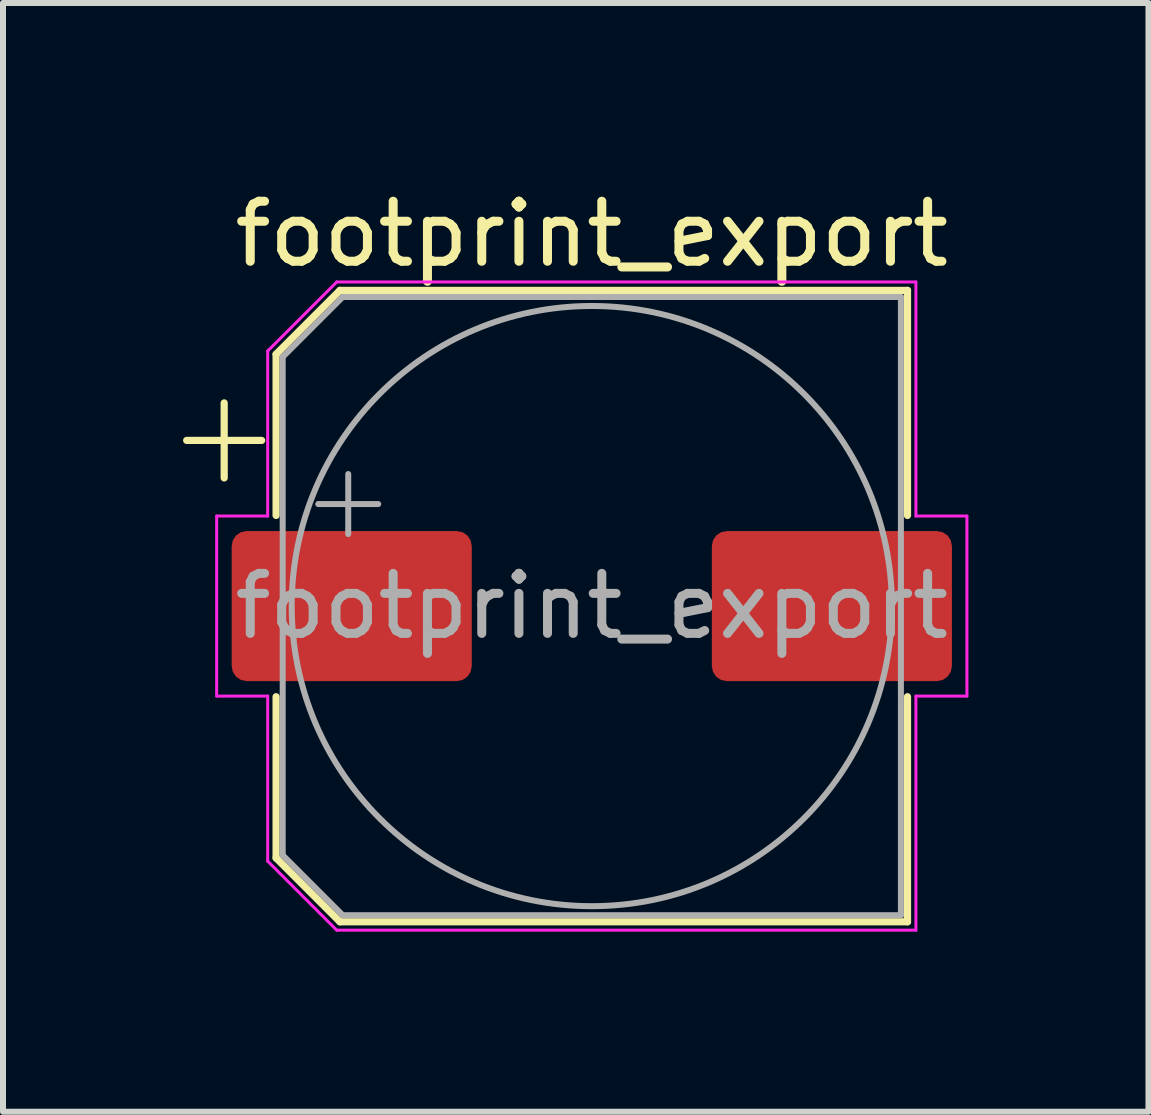
<source format=kicad_pcb>
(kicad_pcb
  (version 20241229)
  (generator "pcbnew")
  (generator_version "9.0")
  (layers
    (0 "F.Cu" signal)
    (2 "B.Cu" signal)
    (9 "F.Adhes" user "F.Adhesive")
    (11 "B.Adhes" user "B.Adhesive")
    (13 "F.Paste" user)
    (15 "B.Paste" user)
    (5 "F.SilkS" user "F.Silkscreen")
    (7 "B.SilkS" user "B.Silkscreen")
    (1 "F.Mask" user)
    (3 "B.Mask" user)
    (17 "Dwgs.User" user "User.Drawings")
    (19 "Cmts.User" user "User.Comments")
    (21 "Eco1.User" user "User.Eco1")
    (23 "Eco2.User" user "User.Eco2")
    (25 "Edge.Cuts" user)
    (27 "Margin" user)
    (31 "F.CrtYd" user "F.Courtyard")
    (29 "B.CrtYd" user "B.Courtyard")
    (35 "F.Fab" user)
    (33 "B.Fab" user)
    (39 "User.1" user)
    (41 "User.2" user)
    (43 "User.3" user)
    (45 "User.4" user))
  (footprint "footprint_export"
    (layer "F.Cu")
    (at 6.81 7.048)
    (property "Reference" "footprint_export" (at 0 -6.2 0) (layer "F.SilkS") (effects (font (size 1 1) (thickness 0.15))))
    (attr smd)
    (fp_line (start -6.75 -2.76) (end -5.5 -2.76) (stroke (width 0.12) (type solid)) (layer "F.SilkS"))
    (fp_line (start -6.125 -3.385) (end -6.125 -2.135) (stroke (width 0.12) (type solid)) (layer "F.SilkS"))
    (fp_line (start -5.26 -4.196) (end -5.26 -1.51) (stroke (width 0.12) (type solid)) (layer "F.SilkS"))
    (fp_line (start -5.26 -4.196) (end -4.196 -5.26) (stroke (width 0.12) (type solid)) (layer "F.SilkS"))
    (fp_line (start -5.26 4.196) (end -5.26 1.51) (stroke (width 0.12) (type solid)) (layer "F.SilkS"))
    (fp_line (start -5.26 4.196) (end -4.196 5.26) (stroke (width 0.12) (type solid)) (layer "F.SilkS"))
    (fp_line (start -4.196 -5.26) (end 5.26 -5.26) (stroke (width 0.12) (type solid)) (layer "F.SilkS"))
    (fp_line (start -4.196 5.26) (end 5.26 5.26) (stroke (width 0.12) (type solid)) (layer "F.SilkS"))
    (fp_line (start 5.26 -5.26) (end 5.26 -1.51) (stroke (width 0.12) (type solid)) (layer "F.SilkS"))
    (fp_line (start 5.26 5.26) (end 5.26 1.51) (stroke (width 0.12) (type solid)) (layer "F.SilkS"))
    (fp_line (start -6.25 -1.5) (end -6.25 1.5) (stroke (width 0.05) (type solid)) (layer "F.CrtYd"))
    (fp_line (start -6.25 1.5) (end -5.4 1.5) (stroke (width 0.05) (type solid)) (layer "F.CrtYd"))
    (fp_line (start -5.4 -4.25) (end -5.4 -1.5) (stroke (width 0.05) (type solid)) (layer "F.CrtYd"))
    (fp_line (start -5.4 -4.25) (end -4.25 -5.4) (stroke (width 0.05) (type solid)) (layer "F.CrtYd"))
    (fp_line (start -5.4 -1.5) (end -6.25 -1.5) (stroke (width 0.05) (type solid)) (layer "F.CrtYd"))
    (fp_line (start -5.4 1.5) (end -5.4 4.25) (stroke (width 0.05) (type solid)) (layer "F.CrtYd"))
    (fp_line (start -5.4 4.25) (end -4.25 5.4) (stroke (width 0.05) (type solid)) (layer "F.CrtYd"))
    (fp_line (start -4.25 -5.4) (end 5.4 -5.4) (stroke (width 0.05) (type solid)) (layer "F.CrtYd"))
    (fp_line (start -4.25 5.4) (end 5.4 5.4) (stroke (width 0.05) (type solid)) (layer "F.CrtYd"))
    (fp_line (start 5.4 -5.4) (end 5.4 -1.5) (stroke (width 0.05) (type solid)) (layer "F.CrtYd"))
    (fp_line (start 5.4 -1.5) (end 6.25 -1.5) (stroke (width 0.05) (type solid)) (layer "F.CrtYd"))
    (fp_line (start 5.4 1.5) (end 5.4 5.4) (stroke (width 0.05) (type solid)) (layer "F.CrtYd"))
    (fp_line (start 6.25 -1.5) (end 6.25 1.5) (stroke (width 0.05) (type solid)) (layer "F.CrtYd"))
    (fp_line (start 6.25 1.5) (end 5.4 1.5) (stroke (width 0.05) (type solid)) (layer "F.CrtYd"))
    (fp_line (start -5.15 -4.15) (end -5.15 4.15) (stroke (width 0.1) (type solid)) (layer "F.Fab"))
    (fp_line (start -5.15 -4.15) (end -4.15 -5.15) (stroke (width 0.1) (type solid)) (layer "F.Fab"))
    (fp_line (start -5.15 4.15) (end -4.15 5.15) (stroke (width 0.1) (type solid)) (layer "F.Fab"))
    (fp_line (start -4.558 -1.7) (end -3.558 -1.7) (stroke (width 0.1) (type solid)) (layer "F.Fab"))
    (fp_line (start -4.15 -5.15) (end 5.15 -5.15) (stroke (width 0.1) (type solid)) (layer "F.Fab"))
    (fp_line (start -4.15 5.15) (end 5.15 5.15) (stroke (width 0.1) (type solid)) (layer "F.Fab"))
    (fp_line (start -4.058 -2.2) (end -4.058 -1.2) (stroke (width 0.1) (type solid)) (layer "F.Fab"))
    (fp_line (start 5.15 -5.15) (end 5.15 5.15) (stroke (width 0.1) (type solid)) (layer "F.Fab"))
    (fp_circle (center 0 0) (end 5 0) (stroke (width 0.1) (type solid)) (fill no) (layer "F.Fab"))
    (fp_text user "${REFERENCE}" (at 0 0 0) (layer "F.Fab") (effects (font (size 1 1) (thickness 0.15))))
    (pad "1" smd roundrect (at -4 0) (size 4 2.5) (layers "F.Cu" "F.Mask" "F.Paste") (roundrect_rratio 0.1))
    (pad "2" smd roundrect (at 4 0) (size 4 2.5) (layers "F.Cu" "F.Mask" "F.Paste") (roundrect_rratio 0.1)))
  (gr_rect
    (start -3 -3)
    (end 16.085 15.473)
    (stroke (width 0.1) (type default))
    (fill no)
    (layer "Edge.Cuts")))
</source>
